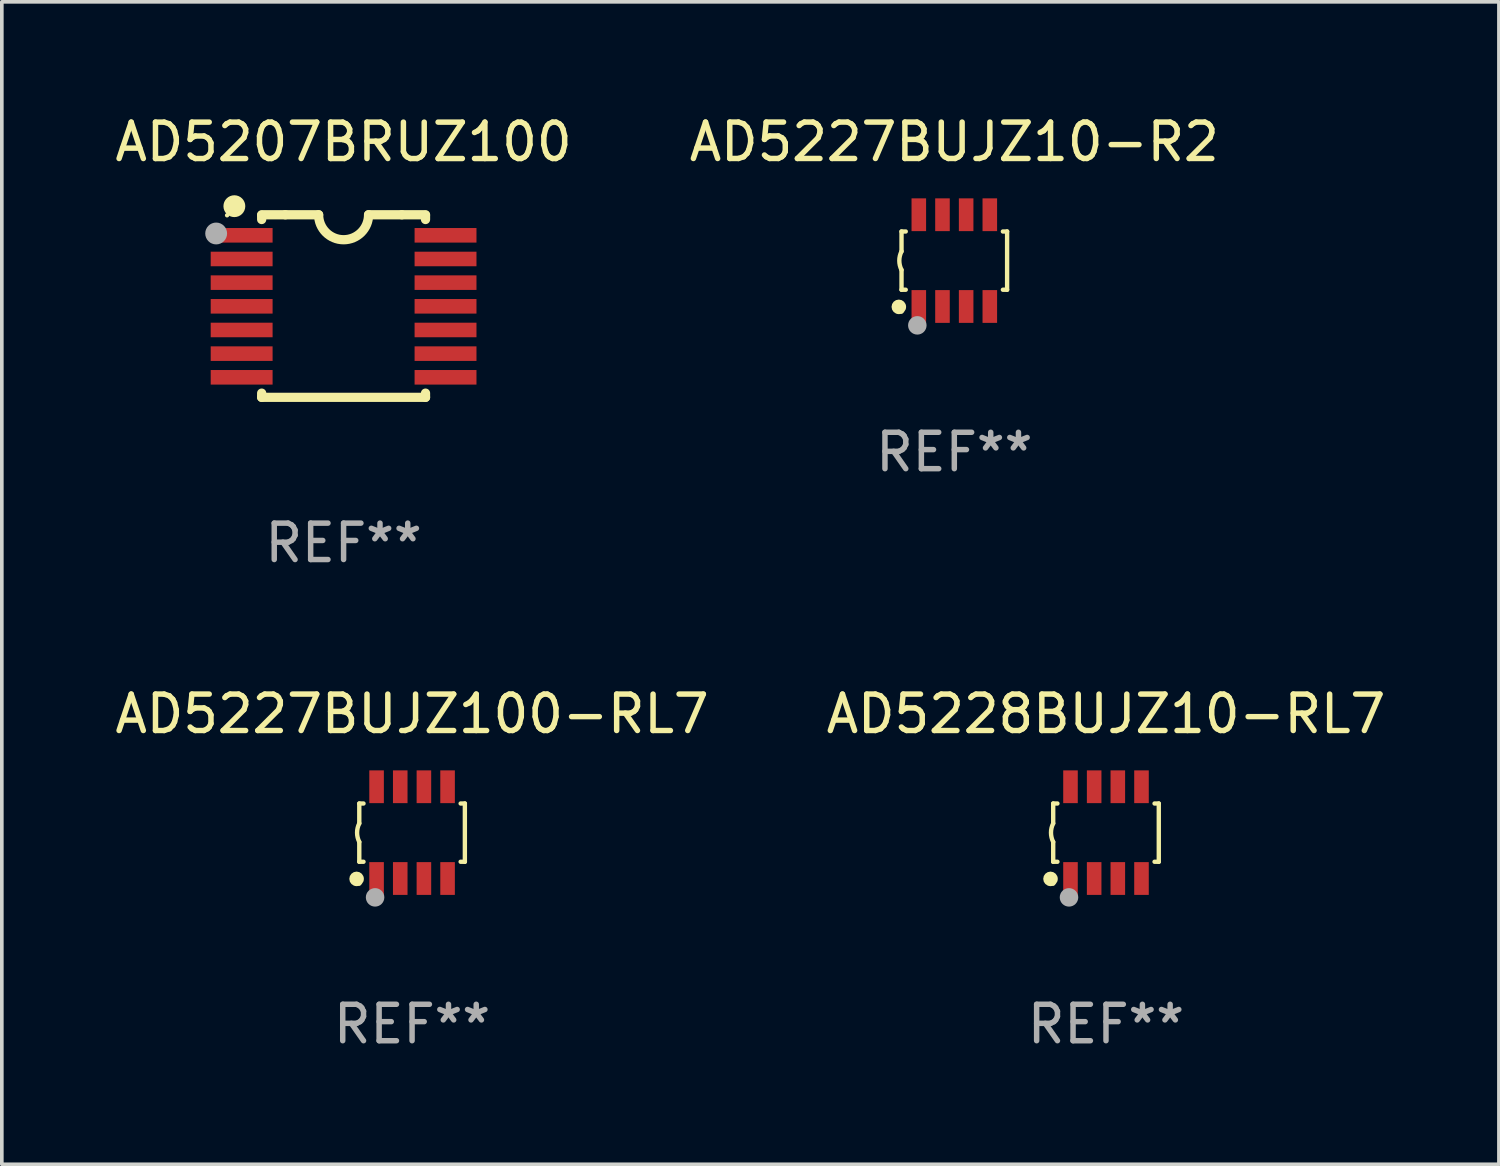
<source format=kicad_pcb>
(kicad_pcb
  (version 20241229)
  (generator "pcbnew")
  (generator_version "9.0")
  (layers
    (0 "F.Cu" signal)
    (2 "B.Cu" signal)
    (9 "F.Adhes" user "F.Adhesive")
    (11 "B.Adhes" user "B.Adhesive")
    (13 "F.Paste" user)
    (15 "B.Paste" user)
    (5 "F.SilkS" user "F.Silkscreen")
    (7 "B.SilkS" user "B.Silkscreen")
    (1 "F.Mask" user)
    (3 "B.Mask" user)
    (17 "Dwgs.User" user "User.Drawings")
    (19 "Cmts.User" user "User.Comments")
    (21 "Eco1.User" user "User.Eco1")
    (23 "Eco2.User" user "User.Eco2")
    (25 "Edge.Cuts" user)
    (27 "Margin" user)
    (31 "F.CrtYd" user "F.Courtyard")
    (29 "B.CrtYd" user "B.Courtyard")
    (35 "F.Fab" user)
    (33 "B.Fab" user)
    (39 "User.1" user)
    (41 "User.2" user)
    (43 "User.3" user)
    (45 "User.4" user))
  (footprint "AD5227BUJZ10-R2"
    (layer "F.Cu")
    (at 23.161 4.108)
    (property "Reference" "AD5227BUJZ10-R2" (at 0 -3.26 0) (layer "F.SilkS") (effects (font (size 1 1) (thickness 0.15))))
    (attr through_hole)
    (fp_line (start -1.45 -0.8) (end -1.45 -0.254) (stroke (width 0.12) (type solid)) (layer "F.SilkS"))
    (fp_line (start -1.45 -0.8) (end -1.334 -0.8) (stroke (width 0.12) (type solid)) (layer "F.SilkS"))
    (fp_line (start -1.45 0.8) (end -1.45 0.254) (stroke (width 0.12) (type solid)) (layer "F.SilkS"))
    (fp_line (start -1.45 0.8) (end -1.334 0.8) (stroke (width 0.12) (type solid)) (layer "F.SilkS"))
    (fp_line (start 1.334 -0.8) (end 1.45 -0.8) (stroke (width 0.12) (type solid)) (layer "F.SilkS"))
    (fp_line (start 1.334 0.8) (end 1.45 0.8) (stroke (width 0.12) (type solid)) (layer "F.SilkS"))
    (fp_line (start 1.45 0.8) (end 1.45 -0.8) (stroke (width 0.12) (type solid)) (layer "F.SilkS"))
    (fp_arc (start -1.45075 0.255144) (mid -1.510605 0.000434) (end -1.450013 -0.254102) (stroke (width 0.11999) (type solid)) (layer "F.SilkS"))
    (fp_circle (center -1.524 1.27) (end -1.424 1.27) (stroke (width 0.2) (type solid)) (fill no) (layer "F.SilkS"))
    (fp_circle (center -1.45 1.4) (end -1.42 1.4) (stroke (width 0.06) (type solid)) (fill no) (layer "F.SilkS"))
    (fp_circle (center -1.016 1.778) (end -0.889 1.778) (stroke (width 0.254) (type solid)) (fill no) (layer "F.Fab"))
    (fp_text user "REF**" (at 0 5.26 0) (layer "F.Fab") (effects (font (size 1 1) (thickness 0.15))))
    (pad "1" smd rect (at -0.975 1.26) (size 0.4 0.9) (layers "F.Cu" "F.Mask" "F.Paste"))
    (pad "2" smd rect (at -0.325 1.26) (size 0.4 0.9) (layers "F.Cu" "F.Mask" "F.Paste"))
    (pad "3" smd rect (at 0.325 1.26) (size 0.4 0.9) (layers "F.Cu" "F.Mask" "F.Paste"))
    (pad "4" smd rect (at 0.975 1.26) (size 0.4 0.9) (layers "F.Cu" "F.Mask" "F.Paste"))
    (pad "5" smd rect (at 0.975 -1.26) (size 0.4 0.9) (layers "F.Cu" "F.Mask" "F.Paste"))
    (pad "6" smd rect (at 0.325 -1.26) (size 0.4 0.9) (layers "F.Cu" "F.Mask" "F.Paste"))
    (pad "7" smd rect (at -0.325 -1.26) (size 0.4 0.9) (layers "F.Cu" "F.Mask" "F.Paste"))
    (pad "8" smd rect (at -0.975 -1.26) (size 0.4 0.9) (layers "F.Cu" "F.Mask" "F.Paste")))
  (footprint "AD5227BUJZ100-RL7"
    (layer "F.Cu")
    (at 8.268 19.819)
    (property "Reference" "AD5227BUJZ100-RL7" (at 0 -3.26 0) (layer "F.SilkS") (effects (font (size 1 1) (thickness 0.15))))
    (attr through_hole)
    (fp_line (start -1.45 -0.8) (end -1.45 -0.254) (stroke (width 0.12) (type solid)) (layer "F.SilkS"))
    (fp_line (start -1.45 -0.8) (end -1.334 -0.8) (stroke (width 0.12) (type solid)) (layer "F.SilkS"))
    (fp_line (start -1.45 0.8) (end -1.45 0.254) (stroke (width 0.12) (type solid)) (layer "F.SilkS"))
    (fp_line (start -1.45 0.8) (end -1.334 0.8) (stroke (width 0.12) (type solid)) (layer "F.SilkS"))
    (fp_line (start 1.334 -0.8) (end 1.45 -0.8) (stroke (width 0.12) (type solid)) (layer "F.SilkS"))
    (fp_line (start 1.334 0.8) (end 1.45 0.8) (stroke (width 0.12) (type solid)) (layer "F.SilkS"))
    (fp_line (start 1.45 0.8) (end 1.45 -0.8) (stroke (width 0.12) (type solid)) (layer "F.SilkS"))
    (fp_arc (start -1.45075 0.255144) (mid -1.510605 0.000434) (end -1.450013 -0.254102) (stroke (width 0.11999) (type solid)) (layer "F.SilkS"))
    (fp_circle (center -1.524 1.27) (end -1.424 1.27) (stroke (width 0.2) (type solid)) (fill no) (layer "F.SilkS"))
    (fp_circle (center -1.45 1.4) (end -1.42 1.4) (stroke (width 0.06) (type solid)) (fill no) (layer "F.SilkS"))
    (fp_circle (center -1.016 1.778) (end -0.889 1.778) (stroke (width 0.254) (type solid)) (fill no) (layer "F.Fab"))
    (fp_text user "REF**" (at 0 5.26 0) (layer "F.Fab") (effects (font (size 1 1) (thickness 0.15))))
    (pad "1" smd rect (at -0.975 1.26) (size 0.4 0.9) (layers "F.Cu" "F.Mask" "F.Paste"))
    (pad "2" smd rect (at -0.325 1.26) (size 0.4 0.9) (layers "F.Cu" "F.Mask" "F.Paste"))
    (pad "3" smd rect (at 0.325 1.26) (size 0.4 0.9) (layers "F.Cu" "F.Mask" "F.Paste"))
    (pad "4" smd rect (at 0.975 1.26) (size 0.4 0.9) (layers "F.Cu" "F.Mask" "F.Paste"))
    (pad "5" smd rect (at 0.975 -1.26) (size 0.4 0.9) (layers "F.Cu" "F.Mask" "F.Paste"))
    (pad "6" smd rect (at 0.325 -1.26) (size 0.4 0.9) (layers "F.Cu" "F.Mask" "F.Paste"))
    (pad "7" smd rect (at -0.325 -1.26) (size 0.4 0.9) (layers "F.Cu" "F.Mask" "F.Paste"))
    (pad "8" smd rect (at -0.975 -1.26) (size 0.4 0.9) (layers "F.Cu" "F.Mask" "F.Paste")))
  (footprint "AD5207BRUZ100"
    (layer "F.Cu")
    (at 6.387 5.356)
    (property "Reference" "AD5207BRUZ100" (at 0 -4.507 0) (layer "F.SilkS") (effects (font (size 1 1) (thickness 0.15))))
    (attr through_hole)
    (fp_line (start -2.25 -2.377) (end -2.25 -2.493) (stroke (width 0.254) (type solid)) (layer "F.SilkS"))
    (fp_line (start -2.25 2.507) (end -2.25 2.392) (stroke (width 0.254) (type solid)) (layer "F.SilkS"))
    (fp_line (start -1.6 -2.507) (end -2.25 -2.507) (stroke (width 0.254) (type solid)) (layer "F.SilkS"))
    (fp_line (start -1.6 -2.507) (end -0.686 -2.507) (stroke (width 0.254) (type solid)) (layer "F.SilkS"))
    (fp_line (start 0.686 -2.507) (end 1.6 -2.507) (stroke (width 0.254) (type solid)) (layer "F.SilkS"))
    (fp_line (start 1.6 -2.507) (end 2.25 -2.507) (stroke (width 0.254) (type solid)) (layer "F.SilkS"))
    (fp_line (start 2.25 -2.493) (end 2.25 -2.377) (stroke (width 0.254) (type solid)) (layer "F.SilkS"))
    (fp_line (start 2.25 2.392) (end 2.25 2.507) (stroke (width 0.254) (type solid)) (layer "F.SilkS"))
    (fp_line (start 2.25 2.507) (end -2.25 2.507) (stroke (width 0.254) (type solid)) (layer "F.SilkS"))
    (fp_arc (start 0.685852 -2.507303) (mid 0.000051 -1.821502) (end -0.68575 -2.507303) (stroke (width 0.254001) (type solid)) (layer "F.SilkS"))
    (fp_circle (center -3.2 -2.493) (end -3.17 -2.493) (stroke (width 0.06) (type solid)) (fill no) (layer "F.SilkS"))
    (fp_circle (center -3 -2.743) (end -2.85 -2.743) (stroke (width 0.3) (type solid)) (fill no) (layer "F.SilkS"))
    (fp_circle (center -3.5 -1.993) (end -3.35 -1.993) (stroke (width 0.3) (type solid)) (fill no) (layer "F.Fab"))
    (fp_text user "REF**" (at 0 6.507 0) (layer "F.Fab") (effects (font (size 1 1) (thickness 0.15))))
    (pad "1" smd rect (at -2.8 -1.943) (size 1.7 0.4) (layers "F.Cu" "F.Mask" "F.Paste"))
    (pad "2" smd rect (at -2.8 -1.293) (size 1.7 0.4) (layers "F.Cu" "F.Mask" "F.Paste"))
    (pad "3" smd rect (at -2.8 -0.643) (size 1.7 0.4) (layers "F.Cu" "F.Mask" "F.Paste"))
    (pad "4" smd rect (at -2.8 0.007) (size 1.7 0.4) (layers "F.Cu" "F.Mask" "F.Paste"))
    (pad "5" smd rect (at -2.8 0.657) (size 1.7 0.4) (layers "F.Cu" "F.Mask" "F.Paste"))
    (pad "6" smd rect (at -2.8 1.307) (size 1.7 0.4) (layers "F.Cu" "F.Mask" "F.Paste"))
    (pad "7" smd rect (at -2.8 1.957) (size 1.7 0.4) (layers "F.Cu" "F.Mask" "F.Paste"))
    (pad "8" smd rect (at 2.8 1.957) (size 1.7 0.4) (layers "F.Cu" "F.Mask" "F.Paste"))
    (pad "9" smd rect (at 2.8 1.307) (size 1.7 0.4) (layers "F.Cu" "F.Mask" "F.Paste"))
    (pad "10" smd rect (at 2.8 0.657) (size 1.7 0.4) (layers "F.Cu" "F.Mask" "F.Paste"))
    (pad "11" smd rect (at 2.8 0.007) (size 1.7 0.4) (layers "F.Cu" "F.Mask" "F.Paste"))
    (pad "12" smd rect (at 2.8 -0.643) (size 1.7 0.4) (layers "F.Cu" "F.Mask" "F.Paste"))
    (pad "13" smd rect (at 2.8 -1.293) (size 1.7 0.4) (layers "F.Cu" "F.Mask" "F.Paste"))
    (pad "14" smd rect (at 2.8 -1.943) (size 1.7 0.4) (layers "F.Cu" "F.Mask" "F.Paste")))
  (footprint "AD5228BUJZ10-RL7"
    (layer "F.Cu")
    (at 27.327 19.819)
    (property "Reference" "AD5228BUJZ10-RL7" (at 0 -3.26 0) (layer "F.SilkS") (effects (font (size 1 1) (thickness 0.15))))
    (attr through_hole)
    (fp_line (start -1.45 -0.8) (end -1.45 -0.254) (stroke (width 0.12) (type solid)) (layer "F.SilkS"))
    (fp_line (start -1.45 -0.8) (end -1.334 -0.8) (stroke (width 0.12) (type solid)) (layer "F.SilkS"))
    (fp_line (start -1.45 0.8) (end -1.45 0.254) (stroke (width 0.12) (type solid)) (layer "F.SilkS"))
    (fp_line (start -1.45 0.8) (end -1.334 0.8) (stroke (width 0.12) (type solid)) (layer "F.SilkS"))
    (fp_line (start 1.334 -0.8) (end 1.45 -0.8) (stroke (width 0.12) (type solid)) (layer "F.SilkS"))
    (fp_line (start 1.334 0.8) (end 1.45 0.8) (stroke (width 0.12) (type solid)) (layer "F.SilkS"))
    (fp_line (start 1.45 0.8) (end 1.45 -0.8) (stroke (width 0.12) (type solid)) (layer "F.SilkS"))
    (fp_arc (start -1.45075 0.255144) (mid -1.510605 0.000434) (end -1.450013 -0.254102) (stroke (width 0.11999) (type solid)) (layer "F.SilkS"))
    (fp_circle (center -1.524 1.27) (end -1.424 1.27) (stroke (width 0.2) (type solid)) (fill no) (layer "F.SilkS"))
    (fp_circle (center -1.45 1.4) (end -1.42 1.4) (stroke (width 0.06) (type solid)) (fill no) (layer "F.SilkS"))
    (fp_circle (center -1.016 1.778) (end -0.889 1.778) (stroke (width 0.254) (type solid)) (fill no) (layer "F.Fab"))
    (fp_text user "REF**" (at 0 5.26 0) (layer "F.Fab") (effects (font (size 1 1) (thickness 0.15))))
    (pad "1" smd rect (at -0.975 1.26) (size 0.4 0.9) (layers "F.Cu" "F.Mask" "F.Paste"))
    (pad "2" smd rect (at -0.325 1.26) (size 0.4 0.9) (layers "F.Cu" "F.Mask" "F.Paste"))
    (pad "3" smd rect (at 0.325 1.26) (size 0.4 0.9) (layers "F.Cu" "F.Mask" "F.Paste"))
    (pad "4" smd rect (at 0.975 1.26) (size 0.4 0.9) (layers "F.Cu" "F.Mask" "F.Paste"))
    (pad "5" smd rect (at 0.975 -1.26) (size 0.4 0.9) (layers "F.Cu" "F.Mask" "F.Paste"))
    (pad "6" smd rect (at 0.325 -1.26) (size 0.4 0.9) (layers "F.Cu" "F.Mask" "F.Paste"))
    (pad "7" smd rect (at -0.325 -1.26) (size 0.4 0.9) (layers "F.Cu" "F.Mask" "F.Paste"))
    (pad "8" smd rect (at -0.975 -1.26) (size 0.4 0.9) (layers "F.Cu" "F.Mask" "F.Paste")))
  (gr_rect
    (start -3 -3)
    (end 38.119 28.928)
    (stroke (width 0.1) (type default))
    (fill no)
    (layer "Edge.Cuts")))
</source>
